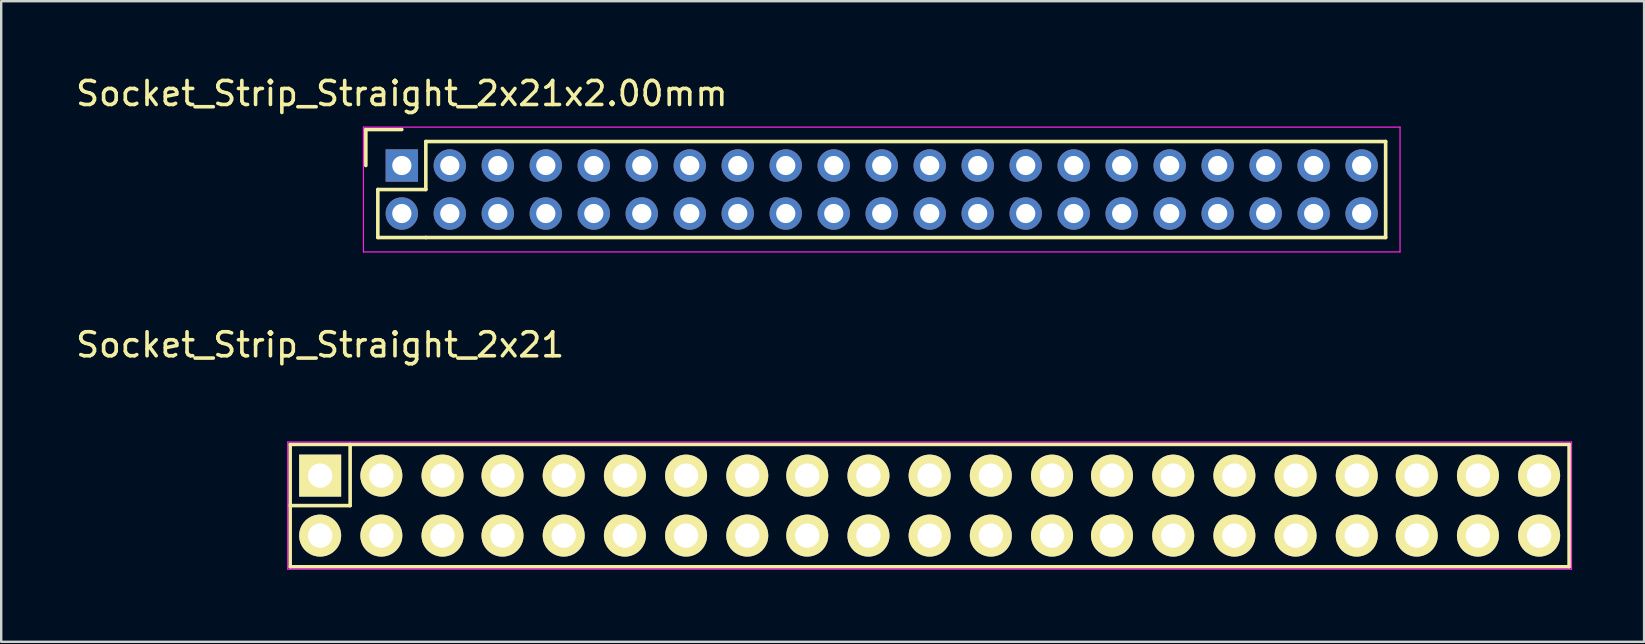
<source format=kicad_pcb>
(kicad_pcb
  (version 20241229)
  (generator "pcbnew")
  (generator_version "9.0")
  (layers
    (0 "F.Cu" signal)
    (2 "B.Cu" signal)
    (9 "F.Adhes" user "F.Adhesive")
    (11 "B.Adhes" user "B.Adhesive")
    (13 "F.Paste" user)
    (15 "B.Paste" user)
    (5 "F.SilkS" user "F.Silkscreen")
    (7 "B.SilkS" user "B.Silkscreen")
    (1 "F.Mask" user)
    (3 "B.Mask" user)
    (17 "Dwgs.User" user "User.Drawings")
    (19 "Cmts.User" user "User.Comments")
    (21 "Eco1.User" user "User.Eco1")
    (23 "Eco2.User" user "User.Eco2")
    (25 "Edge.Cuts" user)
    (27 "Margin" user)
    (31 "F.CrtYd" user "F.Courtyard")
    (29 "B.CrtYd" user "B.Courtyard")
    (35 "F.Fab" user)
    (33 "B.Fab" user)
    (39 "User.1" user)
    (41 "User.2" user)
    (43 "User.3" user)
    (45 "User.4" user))
  (footprint "Socket_Strip_Straight_2x21x2.00mm"
    (layer "F.Cu")
    (at 13.696 3.848)
    (property "Reference" "Socket_Strip_Straight_2x21x2.00mm" (at 0 -3 0) (layer "F.SilkS") (effects (font (size 1 1) (thickness 0.15))))
    (attr through_hole)
    (fp_line (start -1.5 -1.5) (end -1.5 0) (stroke (width 0.15) (type solid)) (layer "F.SilkS"))
    (fp_line (start -1 1) (end -1 3) (stroke (width 0.15) (type solid)) (layer "F.SilkS"))
    (fp_line (start -1 3) (end 1 3) (stroke (width 0.15) (type solid)) (layer "F.SilkS"))
    (fp_line (start 0 -1.5) (end -1.5 -1.5) (stroke (width 0.15) (type solid)) (layer "F.SilkS"))
    (fp_line (start 1 -1) (end 1 1) (stroke (width 0.15) (type solid)) (layer "F.SilkS"))
    (fp_line (start 1 1) (end -1 1) (stroke (width 0.15) (type solid)) (layer "F.SilkS"))
    (fp_line (start 1 3) (end 41 3) (stroke (width 0.15) (type solid)) (layer "F.SilkS"))
    (fp_line (start 41 -1) (end 1 -1) (stroke (width 0.15) (type solid)) (layer "F.SilkS"))
    (fp_line (start 41 3) (end 41 -1) (stroke (width 0.15) (type solid)) (layer "F.SilkS"))
    (fp_line (start -1.6 -1.6) (end -1.6 3.6) (stroke (width 0.05) (type solid)) (layer "F.CrtYd"))
    (fp_line (start -1.6 3.6) (end 41.6 3.6) (stroke (width 0.05) (type solid)) (layer "F.CrtYd"))
    (fp_line (start 41.6 -1.6) (end -1.6 -1.6) (stroke (width 0.05) (type solid)) (layer "F.CrtYd"))
    (fp_line (start 41.6 3.6) (end 41.6 -1.6) (stroke (width 0.05) (type solid)) (layer "F.CrtYd"))
    (pad "1" thru_hole rect (at 0 0) (size 1.35 1.35) (drill 0.8) (layers "*.Cu" "*.Mask"))
    (pad "2" thru_hole circle (at 0 2) (size 1.35 1.35) (drill 0.8) (layers "*.Cu" "*.Mask"))
    (pad "3" thru_hole circle (at 2 0) (size 1.35 1.35) (drill 0.8) (layers "*.Cu" "*.Mask"))
    (pad "4" thru_hole circle (at 2 2) (size 1.35 1.35) (drill 0.8) (layers "*.Cu" "*.Mask"))
    (pad "5" thru_hole circle (at 4 0) (size 1.35 1.35) (drill 0.8) (layers "*.Cu" "*.Mask"))
    (pad "6" thru_hole circle (at 4 2) (size 1.35 1.35) (drill 0.8) (layers "*.Cu" "*.Mask"))
    (pad "7" thru_hole circle (at 6 0) (size 1.35 1.35) (drill 0.8) (layers "*.Cu" "*.Mask"))
    (pad "8" thru_hole circle (at 6 2) (size 1.35 1.35) (drill 0.8) (layers "*.Cu" "*.Mask"))
    (pad "9" thru_hole circle (at 8 0) (size 1.35 1.35) (drill 0.8) (layers "*.Cu" "*.Mask"))
    (pad "10" thru_hole circle (at 8 2) (size 1.35 1.35) (drill 0.8) (layers "*.Cu" "*.Mask"))
    (pad "11" thru_hole circle (at 10 0) (size 1.35 1.35) (drill 0.8) (layers "*.Cu" "*.Mask"))
    (pad "12" thru_hole circle (at 10 2) (size 1.35 1.35) (drill 0.8) (layers "*.Cu" "*.Mask"))
    (pad "13" thru_hole circle (at 12 0) (size 1.35 1.35) (drill 0.8) (layers "*.Cu" "*.Mask"))
    (pad "14" thru_hole circle (at 12 2) (size 1.35 1.35) (drill 0.8) (layers "*.Cu" "*.Mask"))
    (pad "15" thru_hole circle (at 14 0) (size 1.35 1.35) (drill 0.8) (layers "*.Cu" "*.Mask"))
    (pad "16" thru_hole circle (at 14 2) (size 1.35 1.35) (drill 0.8) (layers "*.Cu" "*.Mask"))
    (pad "17" thru_hole circle (at 16 0) (size 1.35 1.35) (drill 0.8) (layers "*.Cu" "*.Mask"))
    (pad "18" thru_hole circle (at 16 2) (size 1.35 1.35) (drill 0.8) (layers "*.Cu" "*.Mask"))
    (pad "19" thru_hole circle (at 18 0) (size 1.35 1.35) (drill 0.8) (layers "*.Cu" "*.Mask"))
    (pad "20" thru_hole circle (at 18 2) (size 1.35 1.35) (drill 0.8) (layers "*.Cu" "*.Mask"))
    (pad "21" thru_hole circle (at 20 0) (size 1.35 1.35) (drill 0.8) (layers "*.Cu" "*.Mask"))
    (pad "22" thru_hole circle (at 20 2) (size 1.35 1.35) (drill 0.8) (layers "*.Cu" "*.Mask"))
    (pad "23" thru_hole circle (at 22 0) (size 1.35 1.35) (drill 0.8) (layers "*.Cu" "*.Mask"))
    (pad "24" thru_hole circle (at 22 2) (size 1.35 1.35) (drill 0.8) (layers "*.Cu" "*.Mask"))
    (pad "25" thru_hole circle (at 24 0) (size 1.35 1.35) (drill 0.8) (layers "*.Cu" "*.Mask"))
    (pad "26" thru_hole circle (at 24 2) (size 1.35 1.35) (drill 0.8) (layers "*.Cu" "*.Mask"))
    (pad "27" thru_hole circle (at 26 0) (size 1.35 1.35) (drill 0.8) (layers "*.Cu" "*.Mask"))
    (pad "28" thru_hole circle (at 26 2) (size 1.35 1.35) (drill 0.8) (layers "*.Cu" "*.Mask"))
    (pad "29" thru_hole circle (at 28 0) (size 1.35 1.35) (drill 0.8) (layers "*.Cu" "*.Mask"))
    (pad "30" thru_hole circle (at 28 2) (size 1.35 1.35) (drill 0.8) (layers "*.Cu" "*.Mask"))
    (pad "31" thru_hole circle (at 30 0) (size 1.35 1.35) (drill 0.8) (layers "*.Cu" "*.Mask"))
    (pad "32" thru_hole circle (at 30 2) (size 1.35 1.35) (drill 0.8) (layers "*.Cu" "*.Mask"))
    (pad "33" thru_hole circle (at 32 0) (size 1.35 1.35) (drill 0.8) (layers "*.Cu" "*.Mask"))
    (pad "34" thru_hole circle (at 32 2) (size 1.35 1.35) (drill 0.8) (layers "*.Cu" "*.Mask"))
    (pad "35" thru_hole circle (at 34 0) (size 1.35 1.35) (drill 0.8) (layers "*.Cu" "*.Mask"))
    (pad "36" thru_hole circle (at 34 2) (size 1.35 1.35) (drill 0.8) (layers "*.Cu" "*.Mask"))
    (pad "37" thru_hole circle (at 36 0) (size 1.35 1.35) (drill 0.8) (layers "*.Cu" "*.Mask"))
    (pad "38" thru_hole circle (at 36 2) (size 1.35 1.35) (drill 0.8) (layers "*.Cu" "*.Mask"))
    (pad "39" thru_hole circle (at 38 0) (size 1.35 1.35) (drill 0.8) (layers "*.Cu" "*.Mask"))
    (pad "40" thru_hole circle (at 38 2) (size 1.35 1.35) (drill 0.8) (layers "*.Cu" "*.Mask"))
    (pad "41" thru_hole circle (at 40 0) (size 1.35 1.35) (drill 0.8) (layers "*.Cu" "*.Mask"))
    (pad "42" thru_hole circle (at 40 2) (size 1.35 1.35) (drill 0.8) (layers "*.Cu" "*.Mask")))
  (footprint "Socket_Strip_Straight_2x21"
    (layer "F.Cu")
    (at 10.292 16.771)
    (property "Reference" "Socket_Strip_Straight_2x21" (at 0 -5.45 0) (layer "F.SilkS") (effects (font (size 1 1) (thickness 0.15))))
    (attr through_hole)
    (fp_line (start -1.25 -1.3) (end -1.25 1.25) (stroke (width 0.15) (type solid)) (layer "F.SilkS"))
    (fp_line (start -1.25 -1.3) (end 1.25 -1.3) (stroke (width 0.15) (type solid)) (layer "F.SilkS"))
    (fp_line (start -1.25 1.25) (end 1.25 1.25) (stroke (width 0.15) (type solid)) (layer "F.SilkS"))
    (fp_line (start -1.25 3.8) (end -1.25 1.25) (stroke (width 0.15) (type solid)) (layer "F.SilkS"))
    (fp_line (start 1.25 -1.3) (end 52.05 -1.3) (stroke (width 0.15) (type solid)) (layer "F.SilkS"))
    (fp_line (start 1.25 1.25) (end 1.25 -1.3) (stroke (width 0.15) (type solid)) (layer "F.SilkS"))
    (fp_line (start 52.05 3.8) (end -1.25 3.8) (stroke (width 0.15) (type solid)) (layer "F.SilkS"))
    (fp_line (start 52.05 3.8) (end 52.05 -1.3) (stroke (width 0.15) (type solid)) (layer "F.SilkS"))
    (fp_line (start -1.35 -1.4) (end -1.35 3.9) (stroke (width 0.05) (type solid)) (layer "F.CrtYd"))
    (fp_line (start -1.35 -1.4) (end 52.15 -1.4) (stroke (width 0.05) (type solid)) (layer "F.CrtYd"))
    (fp_line (start -1.35 3.9) (end 52.15 3.9) (stroke (width 0.05) (type solid)) (layer "F.CrtYd"))
    (fp_line (start 52.15 -1.4) (end 52.15 3.9) (stroke (width 0.05) (type solid)) (layer "F.CrtYd"))
    (pad "1" thru_hole rect (at 0 0) (size 1.75 1.75) (drill 1.016) (layers "*.Cu" "*.Mask" "F.SilkS"))
    (pad "2" thru_hole oval (at 0 2.5) (size 1.75 1.75) (drill 1.016) (layers "*.Cu" "*.Mask" "F.SilkS"))
    (pad "3" thru_hole oval (at 2.55 0) (size 1.75 1.75) (drill 1.016) (layers "*.Cu" "*.Mask" "F.SilkS"))
    (pad "4" thru_hole oval (at 2.55 2.5) (size 1.75 1.75) (drill 1.016) (layers "*.Cu" "*.Mask" "F.SilkS"))
    (pad "5" thru_hole oval (at 5.1 0) (size 1.75 1.75) (drill 1.016) (layers "*.Cu" "*.Mask" "F.SilkS"))
    (pad "6" thru_hole oval (at 5.1 2.5) (size 1.75 1.75) (drill 1.016) (layers "*.Cu" "*.Mask" "F.SilkS"))
    (pad "7" thru_hole oval (at 7.6 0) (size 1.75 1.75) (drill 1.016) (layers "*.Cu" "*.Mask" "F.SilkS"))
    (pad "8" thru_hole oval (at 7.6 2.5) (size 1.75 1.75) (drill 1.016) (layers "*.Cu" "*.Mask" "F.SilkS"))
    (pad "9" thru_hole oval (at 10.15 0) (size 1.75 1.75) (drill 1.016) (layers "*.Cu" "*.Mask" "F.SilkS"))
    (pad "10" thru_hole oval (at 10.15 2.5) (size 1.75 1.75) (drill 1.016) (layers "*.Cu" "*.Mask" "F.SilkS"))
    (pad "11" thru_hole oval (at 12.7 0) (size 1.75 1.75) (drill 1.016) (layers "*.Cu" "*.Mask" "F.SilkS"))
    (pad "12" thru_hole oval (at 12.7 2.5) (size 1.75 1.75) (drill 1.016) (layers "*.Cu" "*.Mask" "F.SilkS"))
    (pad "13" thru_hole oval (at 15.25 0) (size 1.75 1.75) (drill 1.016) (layers "*.Cu" "*.Mask" "F.SilkS"))
    (pad "14" thru_hole oval (at 15.25 2.5) (size 1.75 1.75) (drill 1.016) (layers "*.Cu" "*.Mask" "F.SilkS"))
    (pad "15" thru_hole oval (at 17.8 0) (size 1.75 1.75) (drill 1.016) (layers "*.Cu" "*.Mask" "F.SilkS"))
    (pad "16" thru_hole oval (at 17.8 2.5) (size 1.75 1.75) (drill 1.016) (layers "*.Cu" "*.Mask" "F.SilkS"))
    (pad "17" thru_hole oval (at 20.3 0) (size 1.75 1.75) (drill 1.016) (layers "*.Cu" "*.Mask" "F.SilkS"))
    (pad "18" thru_hole oval (at 20.3 2.5) (size 1.75 1.75) (drill 1.016) (layers "*.Cu" "*.Mask" "F.SilkS"))
    (pad "19" thru_hole oval (at 22.85 0) (size 1.75 1.75) (drill 1.016) (layers "*.Cu" "*.Mask" "F.SilkS"))
    (pad "20" thru_hole oval (at 22.85 2.5) (size 1.75 1.75) (drill 1.016) (layers "*.Cu" "*.Mask" "F.SilkS"))
    (pad "21" thru_hole oval (at 25.4 0) (size 1.75 1.75) (drill 1.016) (layers "*.Cu" "*.Mask" "F.SilkS"))
    (pad "22" thru_hole oval (at 25.4 2.5) (size 1.75 1.75) (drill 1.016) (layers "*.Cu" "*.Mask" "F.SilkS"))
    (pad "23" thru_hole oval (at 27.95 0) (size 1.75 1.75) (drill 1.016) (layers "*.Cu" "*.Mask" "F.SilkS"))
    (pad "24" thru_hole oval (at 27.95 2.5) (size 1.75 1.75) (drill 1.016) (layers "*.Cu" "*.Mask" "F.SilkS"))
    (pad "25" thru_hole oval (at 30.5 0) (size 1.75 1.75) (drill 1.016) (layers "*.Cu" "*.Mask" "F.SilkS"))
    (pad "26" thru_hole oval (at 30.5 2.5) (size 1.75 1.75) (drill 1.016) (layers "*.Cu" "*.Mask" "F.SilkS"))
    (pad "27" thru_hole oval (at 33 0) (size 1.75 1.75) (drill 1.016) (layers "*.Cu" "*.Mask" "F.SilkS"))
    (pad "28" thru_hole oval (at 33 2.5) (size 1.75 1.75) (drill 1.016) (layers "*.Cu" "*.Mask" "F.SilkS"))
    (pad "29" thru_hole oval (at 35.55 0) (size 1.75 1.75) (drill 1.016) (layers "*.Cu" "*.Mask" "F.SilkS"))
    (pad "30" thru_hole oval (at 35.55 2.5) (size 1.75 1.75) (drill 1.016) (layers "*.Cu" "*.Mask" "F.SilkS"))
    (pad "31" thru_hole oval (at 38.1 0) (size 1.75 1.75) (drill 1.016) (layers "*.Cu" "*.Mask" "F.SilkS"))
    (pad "32" thru_hole oval (at 38.1 2.5) (size 1.75 1.75) (drill 1.016) (layers "*.Cu" "*.Mask" "F.SilkS"))
    (pad "33" thru_hole oval (at 40.65 0) (size 1.75 1.75) (drill 1.016) (layers "*.Cu" "*.Mask" "F.SilkS"))
    (pad "34" thru_hole oval (at 40.65 2.5) (size 1.75 1.75) (drill 1.016) (layers "*.Cu" "*.Mask" "F.SilkS"))
    (pad "35" thru_hole oval (at 43.2 0) (size 1.75 1.75) (drill 1.016) (layers "*.Cu" "*.Mask" "F.SilkS"))
    (pad "36" thru_hole oval (at 43.2 2.5) (size 1.75 1.75) (drill 1.016) (layers "*.Cu" "*.Mask" "F.SilkS"))
    (pad "37" thru_hole oval (at 45.7 0) (size 1.75 1.75) (drill 1.016) (layers "*.Cu" "*.Mask" "F.SilkS"))
    (pad "38" thru_hole oval (at 45.7 2.5) (size 1.75 1.75) (drill 1.016) (layers "*.Cu" "*.Mask" "F.SilkS"))
    (pad "39" thru_hole oval (at 48.25 0) (size 1.75 1.75) (drill 1.016) (layers "*.Cu" "*.Mask" "F.SilkS"))
    (pad "40" thru_hole oval (at 48.25 2.5) (size 1.75 1.75) (drill 1.016) (layers "*.Cu" "*.Mask" "F.SilkS"))
    (pad "41" thru_hole oval (at 50.8 0) (size 1.75 1.75) (drill 1.016) (layers "*.Cu" "*.Mask" "F.SilkS"))
    (pad "42" thru_hole oval (at 50.8 2.5) (size 1.75 1.75) (drill 1.016) (layers "*.Cu" "*.Mask" "F.SilkS")))
  (gr_rect
    (start -3 -3)
    (end 65.467 23.697)
    (stroke (width 0.1) (type default))
    (fill no)
    (layer "Edge.Cuts")))
</source>
